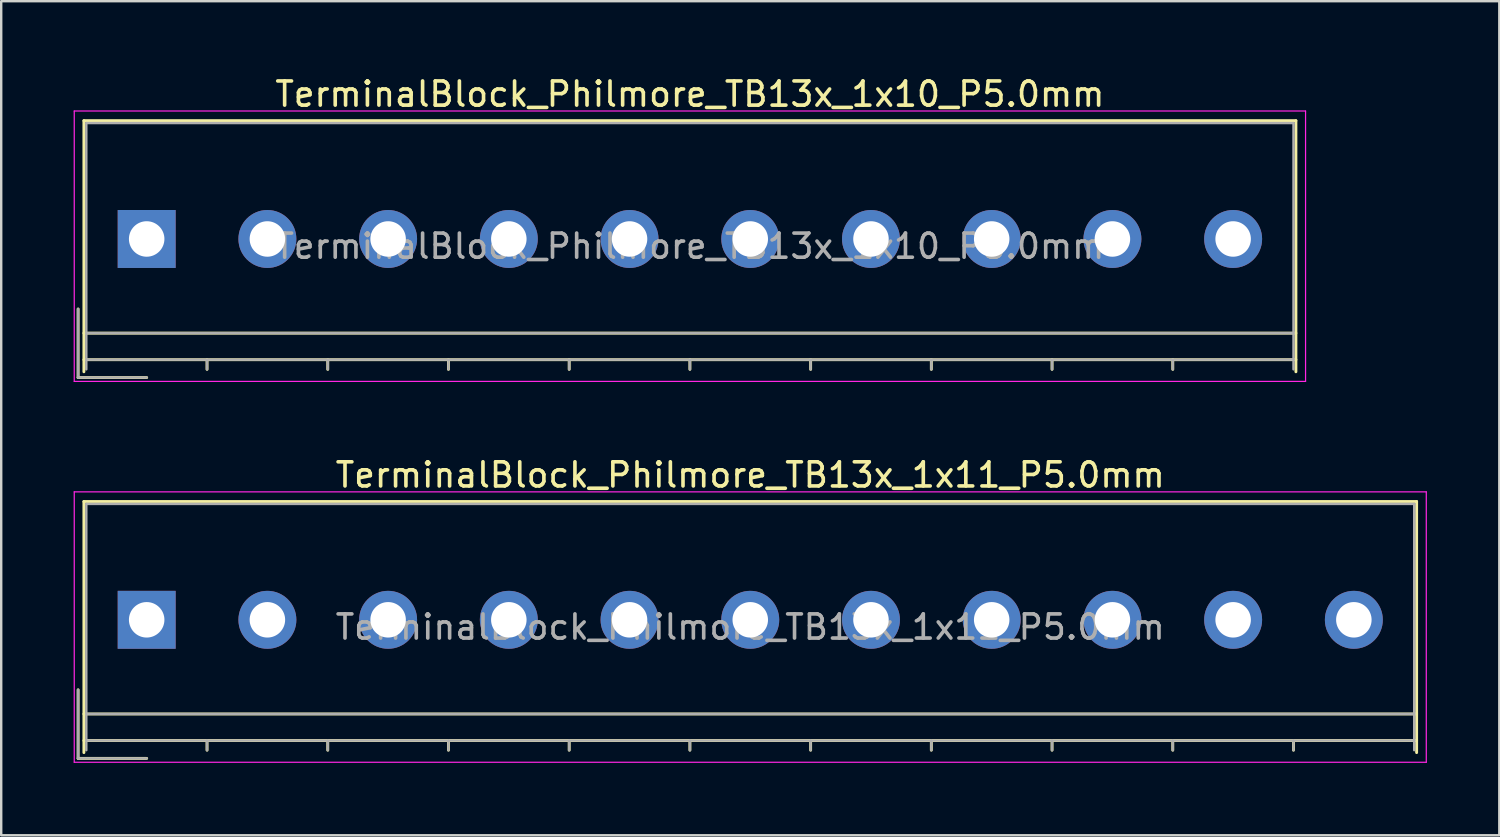
<source format=kicad_pcb>
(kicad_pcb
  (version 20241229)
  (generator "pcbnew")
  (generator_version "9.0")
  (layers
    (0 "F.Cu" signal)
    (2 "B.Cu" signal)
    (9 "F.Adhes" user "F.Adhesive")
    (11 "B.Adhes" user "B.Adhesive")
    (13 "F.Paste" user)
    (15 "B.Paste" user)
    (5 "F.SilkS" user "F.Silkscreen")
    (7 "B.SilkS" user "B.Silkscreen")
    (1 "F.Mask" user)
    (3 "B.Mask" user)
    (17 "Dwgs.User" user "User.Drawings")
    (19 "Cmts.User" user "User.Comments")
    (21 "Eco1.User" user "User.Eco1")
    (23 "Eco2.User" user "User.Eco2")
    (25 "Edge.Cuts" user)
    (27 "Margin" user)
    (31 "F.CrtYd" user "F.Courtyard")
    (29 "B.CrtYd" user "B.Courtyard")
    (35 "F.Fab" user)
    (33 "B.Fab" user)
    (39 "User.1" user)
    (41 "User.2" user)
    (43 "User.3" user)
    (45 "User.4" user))
  (footprint "TerminalBlock_Philmore_TB13x_1x11_P5.0mm"
    (layer "F.Cu")
    (at 3.025 22.622)
    (property "Reference" "TerminalBlock_Philmore_TB13x_1x11_P5.0mm" (at 25 -6 0) (layer "F.SilkS") (effects (font (size 1 1) (thickness 0.15))))
    (attr through_hole)
    (fp_line (start -2.84 2.9) (end -2.84 5.74) (stroke (width 0.12) (type solid)) (layer "F.SilkS"))
    (fp_line (start -2.84 5.74) (end 0 5.74) (stroke (width 0.12) (type solid)) (layer "F.SilkS"))
    (fp_line (start -2.6 -4.9) (end 52.6 -4.9) (stroke (width 0.12) (type solid)) (layer "F.SilkS"))
    (fp_line (start -2.6 3.9) (end 52.6 3.9) (stroke (width 0.12) (type solid)) (layer "F.SilkS"))
    (fp_line (start -2.6 5) (end 52.6 5) (stroke (width 0.12) (type solid)) (layer "F.SilkS"))
    (fp_line (start -2.6 5.5) (end -2.6 -4.9) (stroke (width 0.12) (type solid)) (layer "F.SilkS"))
    (fp_line (start 2.5 5) (end 2.5 5.4) (stroke (width 0.12) (type solid)) (layer "F.SilkS"))
    (fp_line (start 7.5 5) (end 7.5 5.4) (stroke (width 0.12) (type solid)) (layer "F.SilkS"))
    (fp_line (start 12.5 5) (end 12.5 5.4) (stroke (width 0.12) (type solid)) (layer "F.SilkS"))
    (fp_line (start 17.5 5) (end 17.5 5.4) (stroke (width 0.12) (type solid)) (layer "F.SilkS"))
    (fp_line (start 22.5 5) (end 22.5 5.4) (stroke (width 0.12) (type solid)) (layer "F.SilkS"))
    (fp_line (start 27.5 5) (end 27.5 5.4) (stroke (width 0.12) (type solid)) (layer "F.SilkS"))
    (fp_line (start 32.5 5) (end 32.5 5.4) (stroke (width 0.12) (type solid)) (layer "F.SilkS"))
    (fp_line (start 37.5 5) (end 37.5 5.4) (stroke (width 0.12) (type solid)) (layer "F.SilkS"))
    (fp_line (start 42.5 5) (end 42.5 5.4) (stroke (width 0.12) (type solid)) (layer "F.SilkS"))
    (fp_line (start 47.5 5) (end 47.5 5.4) (stroke (width 0.12) (type solid)) (layer "F.SilkS"))
    (fp_line (start 52.6 -4.9) (end 52.6 5.5) (stroke (width 0.12) (type solid)) (layer "F.SilkS"))
    (fp_line (start -3 -5.3) (end -3 5.9) (stroke (width 0.05) (type solid)) (layer "F.CrtYd"))
    (fp_line (start -3 5.9) (end 53 5.9) (stroke (width 0.05) (type solid)) (layer "F.CrtYd"))
    (fp_line (start 53 -5.3) (end -3 -5.3) (stroke (width 0.05) (type solid)) (layer "F.CrtYd"))
    (fp_line (start 53 5.9) (end 53 -5.3) (stroke (width 0.05) (type solid)) (layer "F.CrtYd"))
    (fp_line (start -2.84 2.9) (end -2.84 5.74) (stroke (width 0.1) (type solid)) (layer "F.Fab"))
    (fp_line (start -2.84 5.74) (end 0 5.74) (stroke (width 0.1) (type solid)) (layer "F.Fab"))
    (fp_line (start -2.5 -4.8) (end 52.5 -4.8) (stroke (width 0.1) (type solid)) (layer "F.Fab"))
    (fp_line (start -2.5 3.9) (end 52.5 3.9) (stroke (width 0.1) (type solid)) (layer "F.Fab"))
    (fp_line (start -2.5 5) (end 52.5 5) (stroke (width 0.1) (type solid)) (layer "F.Fab"))
    (fp_line (start -2.5 5.4) (end -2.5 -4.8) (stroke (width 0.1) (type solid)) (layer "F.Fab"))
    (fp_line (start 2.5 5) (end 2.5 5.4) (stroke (width 0.1) (type solid)) (layer "F.Fab"))
    (fp_line (start 7.5 5) (end 7.5 5.4) (stroke (width 0.1) (type solid)) (layer "F.Fab"))
    (fp_line (start 12.5 5) (end 12.5 5.4) (stroke (width 0.1) (type solid)) (layer "F.Fab"))
    (fp_line (start 17.5 5) (end 17.5 5.4) (stroke (width 0.1) (type solid)) (layer "F.Fab"))
    (fp_line (start 22.5 5) (end 22.5 5.4) (stroke (width 0.1) (type solid)) (layer "F.Fab"))
    (fp_line (start 27.5 5) (end 27.5 5.4) (stroke (width 0.1) (type solid)) (layer "F.Fab"))
    (fp_line (start 32.5 5) (end 32.5 5.4) (stroke (width 0.1) (type solid)) (layer "F.Fab"))
    (fp_line (start 37.5 5) (end 37.5 5.4) (stroke (width 0.1) (type solid)) (layer "F.Fab"))
    (fp_line (start 42.5 5) (end 42.5 5.4) (stroke (width 0.1) (type solid)) (layer "F.Fab"))
    (fp_line (start 47.5 5) (end 47.5 5.4) (stroke (width 0.1) (type solid)) (layer "F.Fab"))
    (fp_line (start 52.5 -4.8) (end 52.5 5.4) (stroke (width 0.1) (type solid)) (layer "F.Fab"))
    (fp_text user "${REFERENCE}" (at 25 0.3 0) (layer "F.Fab") (effects (font (size 1 1) (thickness 0.15))))
    (pad "1" thru_hole rect (at 0 0) (size 2.4 2.4) (drill 1.47) (layers "*.Cu" "*.Mask"))
    (pad "2" thru_hole circle (at 5 0) (size 2.4 2.4) (drill 1.47) (layers "*.Cu" "*.Mask"))
    (pad "3" thru_hole circle (at 10 0) (size 2.4 2.4) (drill 1.47) (layers "*.Cu" "*.Mask"))
    (pad "4" thru_hole circle (at 15 0) (size 2.4 2.4) (drill 1.47) (layers "*.Cu" "*.Mask"))
    (pad "5" thru_hole circle (at 20 0) (size 2.4 2.4) (drill 1.47) (layers "*.Cu" "*.Mask"))
    (pad "6" thru_hole circle (at 25 0) (size 2.4 2.4) (drill 1.47) (layers "*.Cu" "*.Mask"))
    (pad "7" thru_hole circle (at 30 0) (size 2.4 2.4) (drill 1.47) (layers "*.Cu" "*.Mask"))
    (pad "8" thru_hole circle (at 35 0) (size 2.4 2.4) (drill 1.47) (layers "*.Cu" "*.Mask"))
    (pad "9" thru_hole circle (at 40 0) (size 2.4 2.4) (drill 1.47) (layers "*.Cu" "*.Mask"))
    (pad "10" thru_hole circle (at 45 0) (size 2.4 2.4) (drill 1.47) (layers "*.Cu" "*.Mask"))
    (pad "11" thru_hole circle (at 50 0) (size 2.4 2.4) (drill 1.47) (layers "*.Cu" "*.Mask")))
  (footprint "TerminalBlock_Philmore_TB13x_1x10_P5.0mm"
    (layer "F.Cu")
    (at 3.025 6.848)
    (property "Reference" "TerminalBlock_Philmore_TB13x_1x10_P5.0mm" (at 22.5 -6 0) (layer "F.SilkS") (effects (font (size 1 1) (thickness 0.15))))
    (attr through_hole)
    (fp_line (start -2.84 2.9) (end -2.84 5.74) (stroke (width 0.12) (type solid)) (layer "F.SilkS"))
    (fp_line (start -2.84 5.74) (end 0 5.74) (stroke (width 0.12) (type solid)) (layer "F.SilkS"))
    (fp_line (start -2.6 -4.9) (end 47.6 -4.9) (stroke (width 0.12) (type solid)) (layer "F.SilkS"))
    (fp_line (start -2.6 3.9) (end 47.6 3.9) (stroke (width 0.12) (type solid)) (layer "F.SilkS"))
    (fp_line (start -2.6 5) (end 47.6 5) (stroke (width 0.12) (type solid)) (layer "F.SilkS"))
    (fp_line (start -2.6 5.5) (end -2.6 -4.9) (stroke (width 0.12) (type solid)) (layer "F.SilkS"))
    (fp_line (start 2.5 5) (end 2.5 5.4) (stroke (width 0.12) (type solid)) (layer "F.SilkS"))
    (fp_line (start 7.5 5) (end 7.5 5.4) (stroke (width 0.12) (type solid)) (layer "F.SilkS"))
    (fp_line (start 12.5 5) (end 12.5 5.4) (stroke (width 0.12) (type solid)) (layer "F.SilkS"))
    (fp_line (start 17.5 5) (end 17.5 5.4) (stroke (width 0.12) (type solid)) (layer "F.SilkS"))
    (fp_line (start 22.5 5) (end 22.5 5.4) (stroke (width 0.12) (type solid)) (layer "F.SilkS"))
    (fp_line (start 27.5 5) (end 27.5 5.4) (stroke (width 0.12) (type solid)) (layer "F.SilkS"))
    (fp_line (start 32.5 5) (end 32.5 5.4) (stroke (width 0.12) (type solid)) (layer "F.SilkS"))
    (fp_line (start 37.5 5) (end 37.5 5.4) (stroke (width 0.12) (type solid)) (layer "F.SilkS"))
    (fp_line (start 42.5 5) (end 42.5 5.4) (stroke (width 0.12) (type solid)) (layer "F.SilkS"))
    (fp_line (start 47.6 -4.9) (end 47.6 5.5) (stroke (width 0.12) (type solid)) (layer "F.SilkS"))
    (fp_line (start -3 -5.3) (end -3 5.9) (stroke (width 0.05) (type solid)) (layer "F.CrtYd"))
    (fp_line (start -3 5.9) (end 48 5.9) (stroke (width 0.05) (type solid)) (layer "F.CrtYd"))
    (fp_line (start 48 -5.3) (end -3 -5.3) (stroke (width 0.05) (type solid)) (layer "F.CrtYd"))
    (fp_line (start 48 5.9) (end 48 -5.3) (stroke (width 0.05) (type solid)) (layer "F.CrtYd"))
    (fp_line (start -2.84 2.9) (end -2.84 5.74) (stroke (width 0.1) (type solid)) (layer "F.Fab"))
    (fp_line (start -2.84 5.74) (end 0 5.74) (stroke (width 0.1) (type solid)) (layer "F.Fab"))
    (fp_line (start -2.5 -4.8) (end 47.5 -4.8) (stroke (width 0.1) (type solid)) (layer "F.Fab"))
    (fp_line (start -2.5 3.9) (end 47.5 3.9) (stroke (width 0.1) (type solid)) (layer "F.Fab"))
    (fp_line (start -2.5 5) (end 47.5 5) (stroke (width 0.1) (type solid)) (layer "F.Fab"))
    (fp_line (start -2.5 5.4) (end -2.5 -4.8) (stroke (width 0.1) (type solid)) (layer "F.Fab"))
    (fp_line (start 2.5 5) (end 2.5 5.4) (stroke (width 0.1) (type solid)) (layer "F.Fab"))
    (fp_line (start 7.5 5) (end 7.5 5.4) (stroke (width 0.1) (type solid)) (layer "F.Fab"))
    (fp_line (start 12.5 5) (end 12.5 5.4) (stroke (width 0.1) (type solid)) (layer "F.Fab"))
    (fp_line (start 17.5 5) (end 17.5 5.4) (stroke (width 0.1) (type solid)) (layer "F.Fab"))
    (fp_line (start 22.5 5) (end 22.5 5.4) (stroke (width 0.1) (type solid)) (layer "F.Fab"))
    (fp_line (start 27.5 5) (end 27.5 5.4) (stroke (width 0.1) (type solid)) (layer "F.Fab"))
    (fp_line (start 32.5 5) (end 32.5 5.4) (stroke (width 0.1) (type solid)) (layer "F.Fab"))
    (fp_line (start 37.5 5) (end 37.5 5.4) (stroke (width 0.1) (type solid)) (layer "F.Fab"))
    (fp_line (start 42.5 5) (end 42.5 5.4) (stroke (width 0.1) (type solid)) (layer "F.Fab"))
    (fp_line (start 47.5 -4.8) (end 47.5 5.4) (stroke (width 0.1) (type solid)) (layer "F.Fab"))
    (fp_text user "${REFERENCE}" (at 22.5 0.3 0) (layer "F.Fab") (effects (font (size 1 1) (thickness 0.15))))
    (pad "1" thru_hole rect (at 0 0) (size 2.4 2.4) (drill 1.47) (layers "*.Cu" "*.Mask"))
    (pad "2" thru_hole circle (at 5 0) (size 2.4 2.4) (drill 1.47) (layers "*.Cu" "*.Mask"))
    (pad "3" thru_hole circle (at 10 0) (size 2.4 2.4) (drill 1.47) (layers "*.Cu" "*.Mask"))
    (pad "4" thru_hole circle (at 15 0) (size 2.4 2.4) (drill 1.47) (layers "*.Cu" "*.Mask"))
    (pad "5" thru_hole circle (at 20 0) (size 2.4 2.4) (drill 1.47) (layers "*.Cu" "*.Mask"))
    (pad "6" thru_hole circle (at 25 0) (size 2.4 2.4) (drill 1.47) (layers "*.Cu" "*.Mask"))
    (pad "7" thru_hole circle (at 30 0) (size 2.4 2.4) (drill 1.47) (layers "*.Cu" "*.Mask"))
    (pad "8" thru_hole circle (at 35 0) (size 2.4 2.4) (drill 1.47) (layers "*.Cu" "*.Mask"))
    (pad "9" thru_hole circle (at 40 0) (size 2.4 2.4) (drill 1.47) (layers "*.Cu" "*.Mask"))
    (pad "10" thru_hole circle (at 45 0) (size 2.4 2.4) (drill 1.47) (layers "*.Cu" "*.Mask")))
  (gr_rect
    (start -3 -3)
    (end 59.05 31.547)
    (stroke (width 0.1) (type default))
    (fill no)
    (layer "Edge.Cuts")))
</source>
